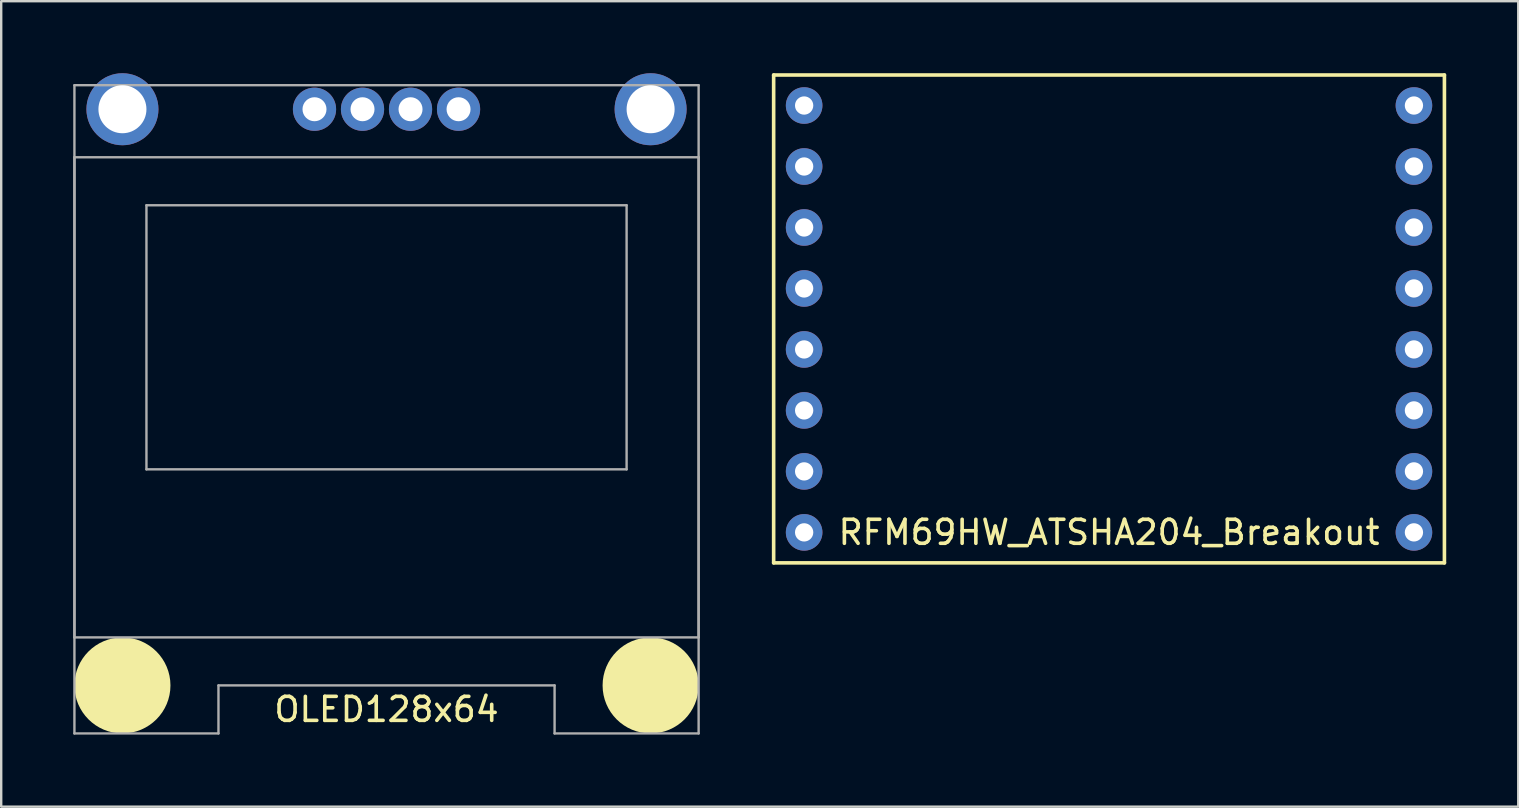
<source format=kicad_pcb>
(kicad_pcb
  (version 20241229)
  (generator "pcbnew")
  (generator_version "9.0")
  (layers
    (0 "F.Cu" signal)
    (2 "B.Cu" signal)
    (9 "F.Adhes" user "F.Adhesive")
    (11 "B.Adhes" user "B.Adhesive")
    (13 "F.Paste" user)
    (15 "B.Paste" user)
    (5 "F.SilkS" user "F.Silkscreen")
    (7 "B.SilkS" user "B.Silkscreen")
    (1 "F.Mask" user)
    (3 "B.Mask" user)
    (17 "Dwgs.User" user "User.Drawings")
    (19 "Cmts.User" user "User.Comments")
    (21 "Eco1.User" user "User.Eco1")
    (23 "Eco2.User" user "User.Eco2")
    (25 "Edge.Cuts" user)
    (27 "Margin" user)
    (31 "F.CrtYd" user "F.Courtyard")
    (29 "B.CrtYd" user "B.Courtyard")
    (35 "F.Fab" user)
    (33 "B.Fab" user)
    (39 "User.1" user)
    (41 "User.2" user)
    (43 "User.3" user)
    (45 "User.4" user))
  (footprint "RFM69HW_ATSHA204_Breakout"
    (layer "F.Cu")
    (at 43.145 10.235)
    (property "Reference" "RFM69HW_ATSHA204_Breakout" (at 0 8.89 0) (layer "F.SilkS") (effects (font (size 1 1) (thickness 0.15))))
    (attr through_hole)
    (fp_line (start -13.97 -10.16) (end 13.97 -10.16) (stroke (width 0.15) (type solid)) (layer "F.SilkS"))
    (fp_line (start -13.97 10.16) (end -13.97 -10.16) (stroke (width 0.15) (type solid)) (layer "F.SilkS"))
    (fp_line (start 13.97 -10.16) (end 13.97 10.16) (stroke (width 0.15) (type solid)) (layer "F.SilkS"))
    (fp_line (start 13.97 10.16) (end -13.97 10.16) (stroke (width 0.15) (type solid)) (layer "F.SilkS"))
    (pad "1" thru_hole circle (at -12.7 -8.89) (size 1.524 1.524) (drill 0.762) (layers "*.Cu" "*.Mask"))
    (pad "2" thru_hole circle (at -12.7 -6.35) (size 1.524 1.524) (drill 0.762) (layers "*.Cu" "*.Mask"))
    (pad "3" thru_hole circle (at -12.7 -3.81) (size 1.524 1.524) (drill 0.762) (layers "*.Cu" "*.Mask"))
    (pad "4" thru_hole circle (at -12.7 -1.27) (size 1.524 1.524) (drill 0.762) (layers "*.Cu" "*.Mask"))
    (pad "5" thru_hole circle (at -12.7 1.27) (size 1.524 1.524) (drill 0.762) (layers "*.Cu" "*.Mask"))
    (pad "6" thru_hole circle (at -12.7 3.81) (size 1.524 1.524) (drill 0.762) (layers "*.Cu" "*.Mask"))
    (pad "7" thru_hole circle (at -12.7 6.35) (size 1.524 1.524) (drill 0.762) (layers "*.Cu" "*.Mask"))
    (pad "8" thru_hole circle (at -12.7 8.89) (size 1.524 1.524) (drill 0.762) (layers "*.Cu" "*.Mask"))
    (pad "9" thru_hole circle (at 12.7 8.89) (size 1.524 1.524) (drill 0.762) (layers "*.Cu" "*.Mask"))
    (pad "10" thru_hole circle (at 12.7 6.35) (size 1.524 1.524) (drill 0.762) (layers "*.Cu" "*.Mask"))
    (pad "11" thru_hole circle (at 12.7 3.81) (size 1.524 1.524) (drill 0.762) (layers "*.Cu" "*.Mask"))
    (pad "12" thru_hole circle (at 12.7 1.27) (size 1.524 1.524) (drill 0.762) (layers "*.Cu" "*.Mask"))
    (pad "13" thru_hole circle (at 12.7 -1.27) (size 1.524 1.524) (drill 0.762) (layers "*.Cu" "*.Mask"))
    (pad "14" thru_hole circle (at 12.7 -3.81) (size 1.524 1.524) (drill 0.762) (layers "*.Cu" "*.Mask"))
    (pad "15" thru_hole circle (at 12.7 -6.35) (size 1.524 1.524) (drill 0.762) (layers "*.Cu" "*.Mask"))
    (pad "16" thru_hole circle (at 12.7 -8.89) (size 1.524 1.524) (drill 0.762) (layers "*.Cu" "*.Mask")))
  (footprint "OLED128x64"
    (layer "F.Cu")
    (at 13.05 1.5)
    (property "Reference" "OLED128x64" (at 0 25 0) (layer "F.SilkS") (effects (font (size 1 1) (thickness 0.15))))
    (attr through_hole)
    (fp_circle (center -11 24) (end -9 24) (stroke (width 0) (type solid)) (fill yes) (layer "F.SilkS"))
    (fp_circle (center 11 24) (end 13 24) (stroke (width 0) (type solid)) (fill yes) (layer "F.SilkS"))
    (fp_line (start -13 -1) (end -13 26) (stroke (width 0.1) (type solid)) (layer "F.Fab"))
    (fp_line (start -13 2) (end -13 22) (stroke (width 0.1) (type solid)) (layer "F.Fab"))
    (fp_line (start -13 26) (end -7 26) (stroke (width 0.1) (type solid)) (layer "F.Fab"))
    (fp_line (start -10 15) (end -10 4) (stroke (width 0.1) (type solid)) (layer "F.Fab"))
    (fp_line (start -7 24) (end -7 26) (stroke (width 0.1) (type solid)) (layer "F.Fab"))
    (fp_line (start -7 24) (end 7 24) (stroke (width 0.1) (type solid)) (layer "F.Fab"))
    (fp_line (start 7 26) (end 7 24) (stroke (width 0.1) (type solid)) (layer "F.Fab"))
    (fp_line (start 7 26) (end 13 26) (stroke (width 0.1) (type solid)) (layer "F.Fab"))
    (fp_line (start 10 4) (end -10 4) (stroke (width 0.1) (type solid)) (layer "F.Fab"))
    (fp_line (start 10 4) (end 10 15) (stroke (width 0.1) (type solid)) (layer "F.Fab"))
    (fp_line (start 10 15) (end -10 15) (stroke (width 0.1) (type solid)) (layer "F.Fab"))
    (fp_line (start 13 -1) (end -13 -1) (stroke (width 0.1) (type solid)) (layer "F.Fab"))
    (fp_line (start 13 -1) (end 13 26) (stroke (width 0.1) (type solid)) (layer "F.Fab"))
    (fp_line (start 13 2) (end -13 2) (stroke (width 0.1) (type solid)) (layer "F.Fab"))
    (fp_line (start 13 2) (end 13 22) (stroke (width 0.1) (type solid)) (layer "F.Fab"))
    (fp_line (start 13 22) (end -13 22) (stroke (width 0.1) (type solid)) (layer "F.Fab"))
    (pad "" np_thru_hole circle (at -11 0) (size 3 3) (drill 2) (layers "*.Cu" "*.Mask"))
    (pad "" np_thru_hole circle (at 11 0) (size 3 3) (drill 2) (layers "*.Cu" "*.Mask"))
    (pad "1" thru_hole circle (at -3 0) (size 1.8 1.8) (drill 1) (layers "*.Cu" "*.Mask"))
    (pad "2" thru_hole circle (at -1 0) (size 1.8 1.8) (drill 1) (layers "*.Cu" "*.Mask"))
    (pad "3" thru_hole circle (at 1 0) (size 1.8 1.8) (drill 1) (layers "*.Cu" "*.Mask"))
    (pad "4" thru_hole circle (at 3 0) (size 1.8 1.8) (drill 1) (layers "*.Cu" "*.Mask")))
  (gr_rect
    (start -3 -3)
    (end 60.19 30.55)
    (stroke (width 0.1) (type default))
    (fill no)
    (layer "Edge.Cuts")))
</source>
